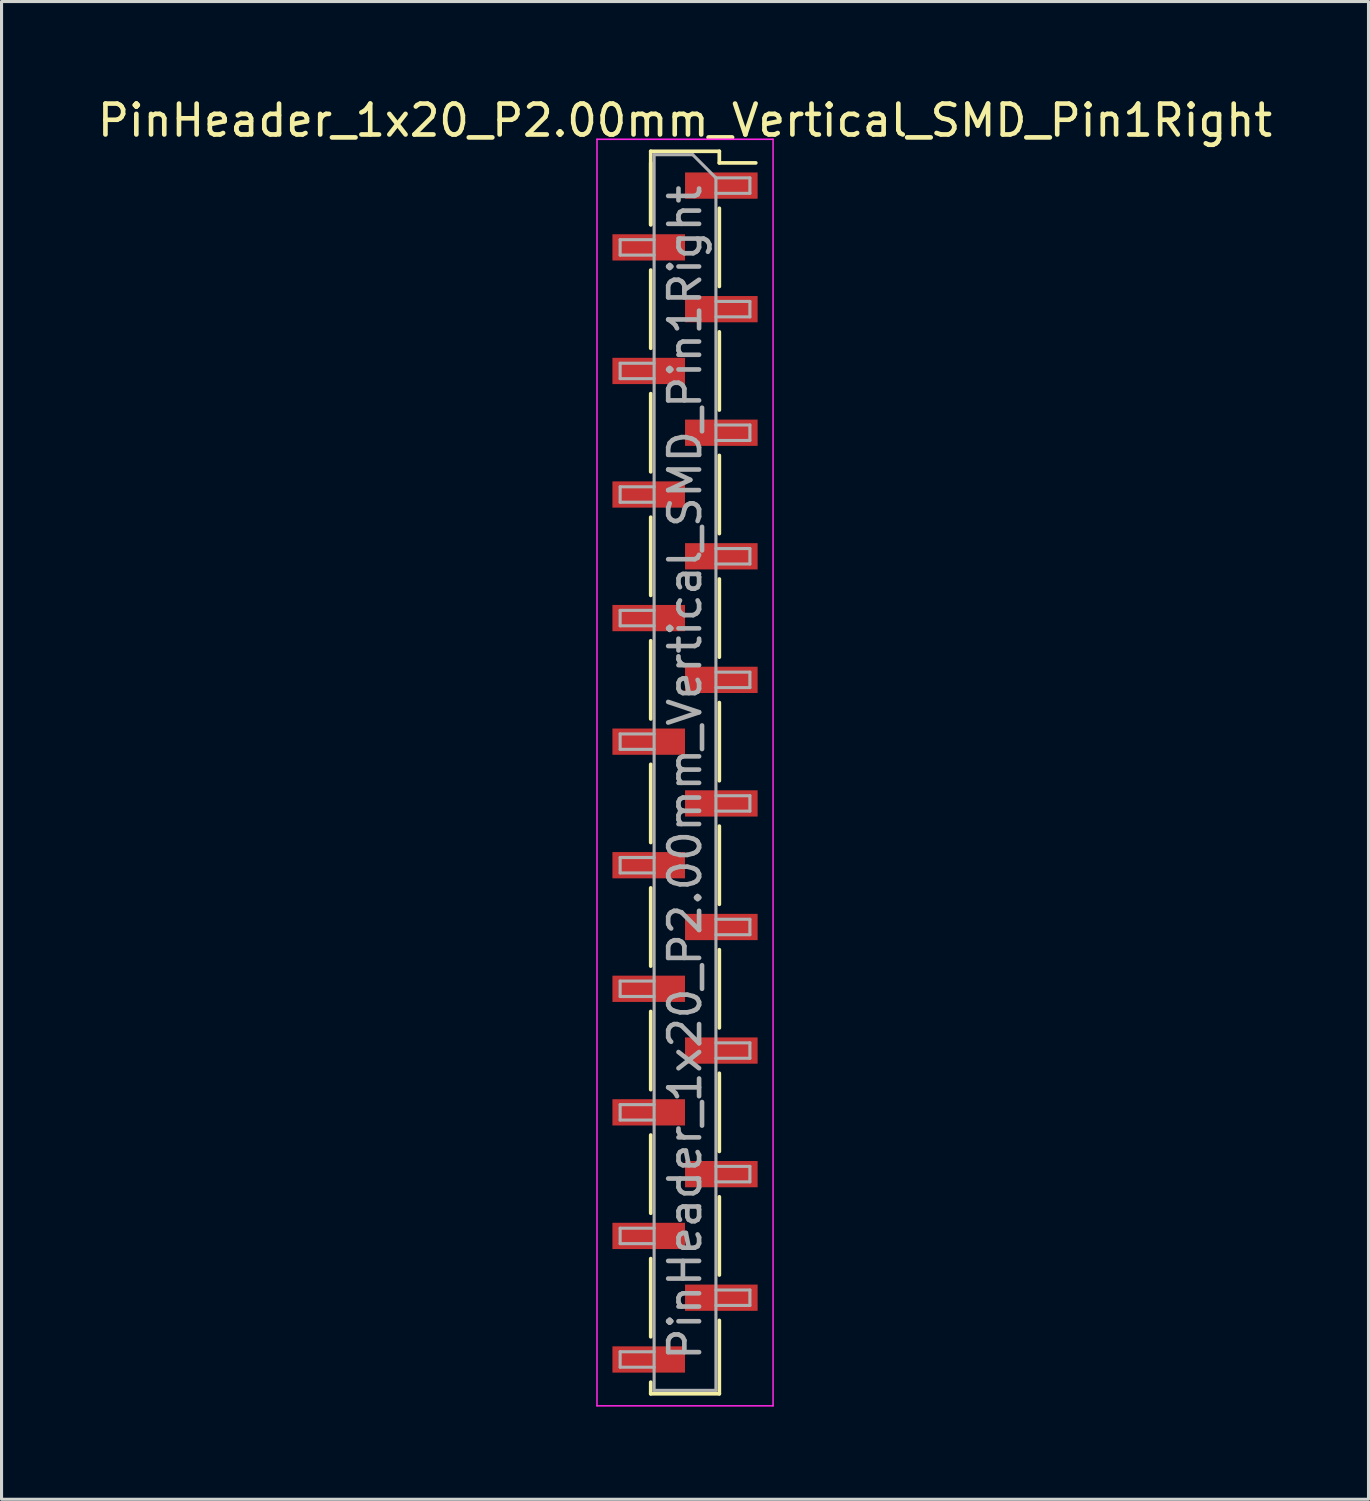
<source format=kicad_pcb>
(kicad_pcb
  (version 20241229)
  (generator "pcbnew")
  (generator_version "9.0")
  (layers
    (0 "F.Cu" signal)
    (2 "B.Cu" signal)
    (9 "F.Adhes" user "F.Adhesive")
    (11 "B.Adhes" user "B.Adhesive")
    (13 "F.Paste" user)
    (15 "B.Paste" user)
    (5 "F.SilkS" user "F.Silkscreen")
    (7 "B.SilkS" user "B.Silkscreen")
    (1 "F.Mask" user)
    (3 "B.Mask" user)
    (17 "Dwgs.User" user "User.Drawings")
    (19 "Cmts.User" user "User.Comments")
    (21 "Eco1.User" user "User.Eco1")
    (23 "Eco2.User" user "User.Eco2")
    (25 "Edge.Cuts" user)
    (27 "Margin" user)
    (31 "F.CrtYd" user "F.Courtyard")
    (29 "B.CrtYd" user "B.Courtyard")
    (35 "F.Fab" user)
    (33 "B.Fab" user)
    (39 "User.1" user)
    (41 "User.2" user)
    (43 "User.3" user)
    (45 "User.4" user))
  (footprint "PinHeader_1x20_P2.00mm_Vertical_SMD_Pin1Right"
    (layer "F.Cu")
    (at 19.125 21.958)
    (property "Reference" "PinHeader_1x20_P2.00mm_Vertical_SMD_Pin1Right" (at 0 -21.11 0) (layer "F.SilkS") (effects (font (size 1 1) (thickness 0.15))))
    (attr smd)
    (fp_line (start -1.11 -20.11) (end -1.11 -17.735) (stroke (width 0.12) (type solid)) (layer "F.SilkS"))
    (fp_line (start -1.11 -20.11) (end 1.11 -20.11) (stroke (width 0.12) (type solid)) (layer "F.SilkS"))
    (fp_line (start -1.11 -19.735) (end -1.11 -17.735) (stroke (width 0.12) (type solid)) (layer "F.SilkS"))
    (fp_line (start -1.11 -16.265) (end -1.11 -13.735) (stroke (width 0.12) (type solid)) (layer "F.SilkS"))
    (fp_line (start -1.11 -12.265) (end -1.11 -9.735) (stroke (width 0.12) (type solid)) (layer "F.SilkS"))
    (fp_line (start -1.11 -8.265) (end -1.11 -5.735) (stroke (width 0.12) (type solid)) (layer "F.SilkS"))
    (fp_line (start -1.11 -4.265) (end -1.11 -1.735) (stroke (width 0.12) (type solid)) (layer "F.SilkS"))
    (fp_line (start -1.11 -0.265) (end -1.11 2.265) (stroke (width 0.12) (type solid)) (layer "F.SilkS"))
    (fp_line (start -1.11 3.735) (end -1.11 6.265) (stroke (width 0.12) (type solid)) (layer "F.SilkS"))
    (fp_line (start -1.11 7.735) (end -1.11 10.265) (stroke (width 0.12) (type solid)) (layer "F.SilkS"))
    (fp_line (start -1.11 11.735) (end -1.11 14.265) (stroke (width 0.12) (type solid)) (layer "F.SilkS"))
    (fp_line (start -1.11 15.735) (end -1.11 18.265) (stroke (width 0.12) (type solid)) (layer "F.SilkS"))
    (fp_line (start -1.11 19.735) (end -1.11 20.11) (stroke (width 0.12) (type solid)) (layer "F.SilkS"))
    (fp_line (start -1.11 20.11) (end 1.11 20.11) (stroke (width 0.12) (type solid)) (layer "F.SilkS"))
    (fp_line (start 1.11 -20.11) (end 1.11 -19.735) (stroke (width 0.12) (type solid)) (layer "F.SilkS"))
    (fp_line (start 1.11 -19.735) (end 2.29 -19.735) (stroke (width 0.12) (type solid)) (layer "F.SilkS"))
    (fp_line (start 1.11 -18.265) (end 1.11 -15.735) (stroke (width 0.12) (type solid)) (layer "F.SilkS"))
    (fp_line (start 1.11 -14.265) (end 1.11 -11.735) (stroke (width 0.12) (type solid)) (layer "F.SilkS"))
    (fp_line (start 1.11 -10.265) (end 1.11 -7.735) (stroke (width 0.12) (type solid)) (layer "F.SilkS"))
    (fp_line (start 1.11 -6.265) (end 1.11 -3.735) (stroke (width 0.12) (type solid)) (layer "F.SilkS"))
    (fp_line (start 1.11 -2.265) (end 1.11 0.265) (stroke (width 0.12) (type solid)) (layer "F.SilkS"))
    (fp_line (start 1.11 1.735) (end 1.11 4.265) (stroke (width 0.12) (type solid)) (layer "F.SilkS"))
    (fp_line (start 1.11 5.735) (end 1.11 8.265) (stroke (width 0.12) (type solid)) (layer "F.SilkS"))
    (fp_line (start 1.11 9.735) (end 1.11 12.265) (stroke (width 0.12) (type solid)) (layer "F.SilkS"))
    (fp_line (start 1.11 13.735) (end 1.11 16.265) (stroke (width 0.12) (type solid)) (layer "F.SilkS"))
    (fp_line (start 1.11 17.735) (end 1.11 20.11) (stroke (width 0.12) (type solid)) (layer "F.SilkS"))
    (fp_line (start -2.85 -20.5) (end -2.85 20.5) (stroke (width 0.05) (type solid)) (layer "F.CrtYd"))
    (fp_line (start -2.85 20.5) (end 2.85 20.5) (stroke (width 0.05) (type solid)) (layer "F.CrtYd"))
    (fp_line (start 2.85 -20.5) (end -2.85 -20.5) (stroke (width 0.05) (type solid)) (layer "F.CrtYd"))
    (fp_line (start 2.85 20.5) (end 2.85 -20.5) (stroke (width 0.05) (type solid)) (layer "F.CrtYd"))
    (fp_line (start -2.1 -17.25) (end -2.1 -16.75) (stroke (width 0.1) (type solid)) (layer "F.Fab"))
    (fp_line (start -2.1 -16.75) (end -1 -16.75) (stroke (width 0.1) (type solid)) (layer "F.Fab"))
    (fp_line (start -2.1 -13.25) (end -2.1 -12.75) (stroke (width 0.1) (type solid)) (layer "F.Fab"))
    (fp_line (start -2.1 -12.75) (end -1 -12.75) (stroke (width 0.1) (type solid)) (layer "F.Fab"))
    (fp_line (start -2.1 -9.25) (end -2.1 -8.75) (stroke (width 0.1) (type solid)) (layer "F.Fab"))
    (fp_line (start -2.1 -8.75) (end -1 -8.75) (stroke (width 0.1) (type solid)) (layer "F.Fab"))
    (fp_line (start -2.1 -5.25) (end -2.1 -4.75) (stroke (width 0.1) (type solid)) (layer "F.Fab"))
    (fp_line (start -2.1 -4.75) (end -1 -4.75) (stroke (width 0.1) (type solid)) (layer "F.Fab"))
    (fp_line (start -2.1 -1.25) (end -2.1 -0.75) (stroke (width 0.1) (type solid)) (layer "F.Fab"))
    (fp_line (start -2.1 -0.75) (end -1 -0.75) (stroke (width 0.1) (type solid)) (layer "F.Fab"))
    (fp_line (start -2.1 2.75) (end -2.1 3.25) (stroke (width 0.1) (type solid)) (layer "F.Fab"))
    (fp_line (start -2.1 3.25) (end -1 3.25) (stroke (width 0.1) (type solid)) (layer "F.Fab"))
    (fp_line (start -2.1 6.75) (end -2.1 7.25) (stroke (width 0.1) (type solid)) (layer "F.Fab"))
    (fp_line (start -2.1 7.25) (end -1 7.25) (stroke (width 0.1) (type solid)) (layer "F.Fab"))
    (fp_line (start -2.1 10.75) (end -2.1 11.25) (stroke (width 0.1) (type solid)) (layer "F.Fab"))
    (fp_line (start -2.1 11.25) (end -1 11.25) (stroke (width 0.1) (type solid)) (layer "F.Fab"))
    (fp_line (start -2.1 14.75) (end -2.1 15.25) (stroke (width 0.1) (type solid)) (layer "F.Fab"))
    (fp_line (start -2.1 15.25) (end -1 15.25) (stroke (width 0.1) (type solid)) (layer "F.Fab"))
    (fp_line (start -2.1 18.75) (end -2.1 19.25) (stroke (width 0.1) (type solid)) (layer "F.Fab"))
    (fp_line (start -2.1 19.25) (end -1 19.25) (stroke (width 0.1) (type solid)) (layer "F.Fab"))
    (fp_line (start -1 -20) (end -1 20) (stroke (width 0.1) (type solid)) (layer "F.Fab"))
    (fp_line (start -1 -20) (end 0.25 -20) (stroke (width 0.1) (type solid)) (layer "F.Fab"))
    (fp_line (start -1 -17.25) (end -2.1 -17.25) (stroke (width 0.1) (type solid)) (layer "F.Fab"))
    (fp_line (start -1 -13.25) (end -2.1 -13.25) (stroke (width 0.1) (type solid)) (layer "F.Fab"))
    (fp_line (start -1 -9.25) (end -2.1 -9.25) (stroke (width 0.1) (type solid)) (layer "F.Fab"))
    (fp_line (start -1 -5.25) (end -2.1 -5.25) (stroke (width 0.1) (type solid)) (layer "F.Fab"))
    (fp_line (start -1 -1.25) (end -2.1 -1.25) (stroke (width 0.1) (type solid)) (layer "F.Fab"))
    (fp_line (start -1 2.75) (end -2.1 2.75) (stroke (width 0.1) (type solid)) (layer "F.Fab"))
    (fp_line (start -1 6.75) (end -2.1 6.75) (stroke (width 0.1) (type solid)) (layer "F.Fab"))
    (fp_line (start -1 10.75) (end -2.1 10.75) (stroke (width 0.1) (type solid)) (layer "F.Fab"))
    (fp_line (start -1 14.75) (end -2.1 14.75) (stroke (width 0.1) (type solid)) (layer "F.Fab"))
    (fp_line (start -1 18.75) (end -2.1 18.75) (stroke (width 0.1) (type solid)) (layer "F.Fab"))
    (fp_line (start 1 -19.25) (end 0.25 -20) (stroke (width 0.1) (type solid)) (layer "F.Fab"))
    (fp_line (start 1 -19.25) (end 2.1 -19.25) (stroke (width 0.1) (type solid)) (layer "F.Fab"))
    (fp_line (start 1 -15.25) (end 2.1 -15.25) (stroke (width 0.1) (type solid)) (layer "F.Fab"))
    (fp_line (start 1 -11.25) (end 2.1 -11.25) (stroke (width 0.1) (type solid)) (layer "F.Fab"))
    (fp_line (start 1 -7.25) (end 2.1 -7.25) (stroke (width 0.1) (type solid)) (layer "F.Fab"))
    (fp_line (start 1 -3.25) (end 2.1 -3.25) (stroke (width 0.1) (type solid)) (layer "F.Fab"))
    (fp_line (start 1 0.75) (end 2.1 0.75) (stroke (width 0.1) (type solid)) (layer "F.Fab"))
    (fp_line (start 1 4.75) (end 2.1 4.75) (stroke (width 0.1) (type solid)) (layer "F.Fab"))
    (fp_line (start 1 8.75) (end 2.1 8.75) (stroke (width 0.1) (type solid)) (layer "F.Fab"))
    (fp_line (start 1 12.75) (end 2.1 12.75) (stroke (width 0.1) (type solid)) (layer "F.Fab"))
    (fp_line (start 1 16.75) (end 2.1 16.75) (stroke (width 0.1) (type solid)) (layer "F.Fab"))
    (fp_line (start 1 20) (end -1 20) (stroke (width 0.1) (type solid)) (layer "F.Fab"))
    (fp_line (start 1 20) (end 1 -19.25) (stroke (width 0.1) (type solid)) (layer "F.Fab"))
    (fp_line (start 2.1 -19.25) (end 2.1 -18.75) (stroke (width 0.1) (type solid)) (layer "F.Fab"))
    (fp_line (start 2.1 -18.75) (end 1 -18.75) (stroke (width 0.1) (type solid)) (layer "F.Fab"))
    (fp_line (start 2.1 -15.25) (end 2.1 -14.75) (stroke (width 0.1) (type solid)) (layer "F.Fab"))
    (fp_line (start 2.1 -14.75) (end 1 -14.75) (stroke (width 0.1) (type solid)) (layer "F.Fab"))
    (fp_line (start 2.1 -11.25) (end 2.1 -10.75) (stroke (width 0.1) (type solid)) (layer "F.Fab"))
    (fp_line (start 2.1 -10.75) (end 1 -10.75) (stroke (width 0.1) (type solid)) (layer "F.Fab"))
    (fp_line (start 2.1 -7.25) (end 2.1 -6.75) (stroke (width 0.1) (type solid)) (layer "F.Fab"))
    (fp_line (start 2.1 -6.75) (end 1 -6.75) (stroke (width 0.1) (type solid)) (layer "F.Fab"))
    (fp_line (start 2.1 -3.25) (end 2.1 -2.75) (stroke (width 0.1) (type solid)) (layer "F.Fab"))
    (fp_line (start 2.1 -2.75) (end 1 -2.75) (stroke (width 0.1) (type solid)) (layer "F.Fab"))
    (fp_line (start 2.1 0.75) (end 2.1 1.25) (stroke (width 0.1) (type solid)) (layer "F.Fab"))
    (fp_line (start 2.1 1.25) (end 1 1.25) (stroke (width 0.1) (type solid)) (layer "F.Fab"))
    (fp_line (start 2.1 4.75) (end 2.1 5.25) (stroke (width 0.1) (type solid)) (layer "F.Fab"))
    (fp_line (start 2.1 5.25) (end 1 5.25) (stroke (width 0.1) (type solid)) (layer "F.Fab"))
    (fp_line (start 2.1 8.75) (end 2.1 9.25) (stroke (width 0.1) (type solid)) (layer "F.Fab"))
    (fp_line (start 2.1 9.25) (end 1 9.25) (stroke (width 0.1) (type solid)) (layer "F.Fab"))
    (fp_line (start 2.1 12.75) (end 2.1 13.25) (stroke (width 0.1) (type solid)) (layer "F.Fab"))
    (fp_line (start 2.1 13.25) (end 1 13.25) (stroke (width 0.1) (type solid)) (layer "F.Fab"))
    (fp_line (start 2.1 16.75) (end 2.1 17.25) (stroke (width 0.1) (type solid)) (layer "F.Fab"))
    (fp_line (start 2.1 17.25) (end 1 17.25) (stroke (width 0.1) (type solid)) (layer "F.Fab"))
    (fp_text user "${REFERENCE}" (at 0 0 90) (layer "F.Fab") (effects (font (size 1 1) (thickness 0.15))))
    (pad "1" smd rect (at 1.175 -19) (size 2.35 0.85) (layers "F.Cu" "F.Mask" "F.Paste"))
    (pad "2" smd rect (at -1.175 -17) (size 2.35 0.85) (layers "F.Cu" "F.Mask" "F.Paste"))
    (pad "3" smd rect (at 1.175 -15) (size 2.35 0.85) (layers "F.Cu" "F.Mask" "F.Paste"))
    (pad "4" smd rect (at -1.175 -13) (size 2.35 0.85) (layers "F.Cu" "F.Mask" "F.Paste"))
    (pad "5" smd rect (at 1.175 -11) (size 2.35 0.85) (layers "F.Cu" "F.Mask" "F.Paste"))
    (pad "6" smd rect (at -1.175 -9) (size 2.35 0.85) (layers "F.Cu" "F.Mask" "F.Paste"))
    (pad "7" smd rect (at 1.175 -7) (size 2.35 0.85) (layers "F.Cu" "F.Mask" "F.Paste"))
    (pad "8" smd rect (at -1.175 -5) (size 2.35 0.85) (layers "F.Cu" "F.Mask" "F.Paste"))
    (pad "9" smd rect (at 1.175 -3) (size 2.35 0.85) (layers "F.Cu" "F.Mask" "F.Paste"))
    (pad "10" smd rect (at -1.175 -1) (size 2.35 0.85) (layers "F.Cu" "F.Mask" "F.Paste"))
    (pad "11" smd rect (at 1.175 1) (size 2.35 0.85) (layers "F.Cu" "F.Mask" "F.Paste"))
    (pad "12" smd rect (at -1.175 3) (size 2.35 0.85) (layers "F.Cu" "F.Mask" "F.Paste"))
    (pad "13" smd rect (at 1.175 5) (size 2.35 0.85) (layers "F.Cu" "F.Mask" "F.Paste"))
    (pad "14" smd rect (at -1.175 7) (size 2.35 0.85) (layers "F.Cu" "F.Mask" "F.Paste"))
    (pad "15" smd rect (at 1.175 9) (size 2.35 0.85) (layers "F.Cu" "F.Mask" "F.Paste"))
    (pad "16" smd rect (at -1.175 11) (size 2.35 0.85) (layers "F.Cu" "F.Mask" "F.Paste"))
    (pad "17" smd rect (at 1.175 13) (size 2.35 0.85) (layers "F.Cu" "F.Mask" "F.Paste"))
    (pad "18" smd rect (at -1.175 15) (size 2.35 0.85) (layers "F.Cu" "F.Mask" "F.Paste"))
    (pad "19" smd rect (at 1.175 17) (size 2.35 0.85) (layers "F.Cu" "F.Mask" "F.Paste"))
    (pad "20" smd rect (at -1.175 19) (size 2.35 0.85) (layers "F.Cu" "F.Mask" "F.Paste")))
  (gr_rect
    (start -3 -3)
    (end 41.25 45.483)
    (stroke (width 0.1) (type default))
    (fill no)
    (layer "Edge.Cuts")))
</source>
